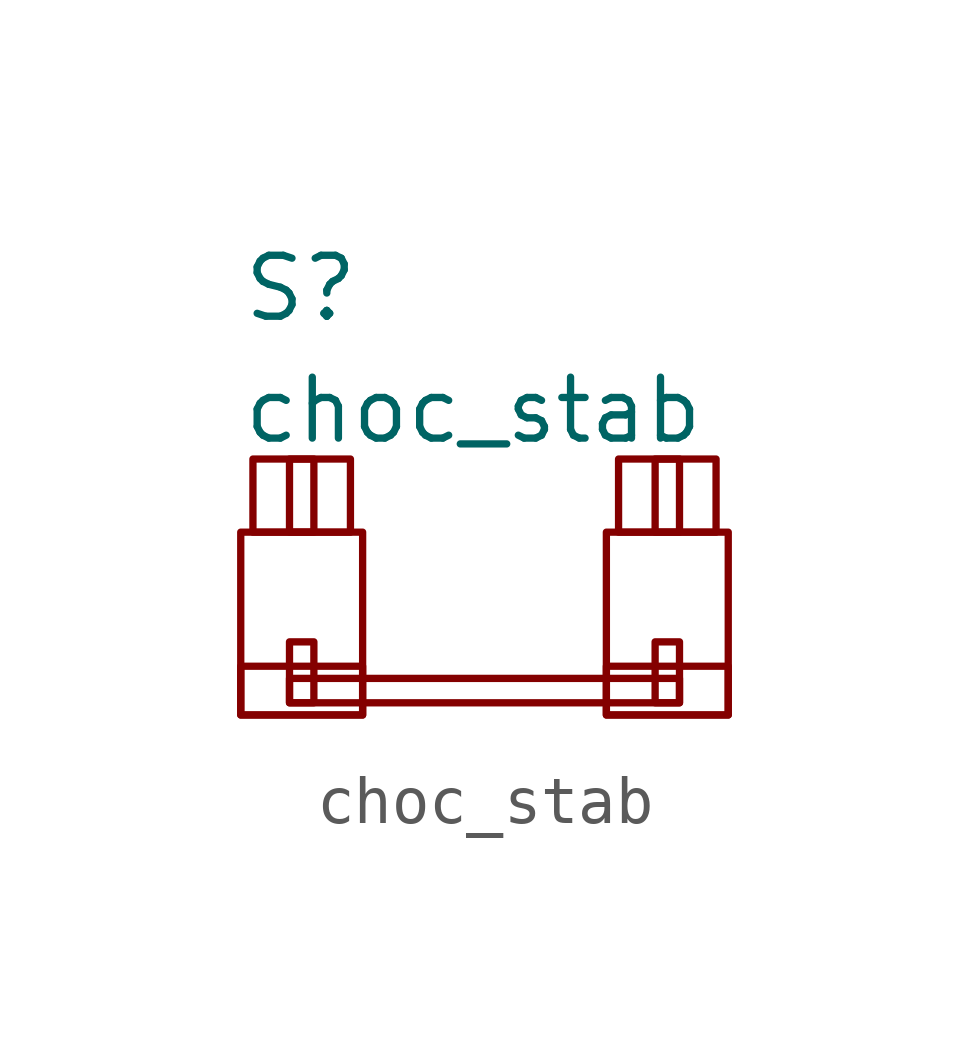
<source format=kicad_sym>
(kicad_symbol_lib
  (version 20211014)
  (generator kicad_symbol_editor)
  (symbol "choc_stab"
    (pin_names
      (offset 1.016))
    (property "Reference" "S"
      (at -5.08 6.35 0)
      (effects (font (size 1.27 1.27)) (justify left)))
    (property "Value" "choc_stab"
      (at -5.08 3.81 0)
      (effects (font (size 1.27 1.27)) (justify left)))
    (symbol "choc_stab_0_1"
      (rectangle (start -5.08 -1.524) (end -2.54 -2.54) (stroke (width 0) (type default) (color 0 0 0 0)) (fill (type none)))
      (rectangle (start -5.08 1.27) (end -2.54 -2.54) (stroke (width 0) (type default) (color 0 0 0 0)) (fill (type none)))
      (rectangle (start -4.826 2.794) (end -2.794 1.27) (stroke (width 0) (type default) (color 0 0 0 0)) (fill (type none)))
      (rectangle (start -4.064 -2.286) (end -3.556 -1.016) (stroke (width 0) (type default) (color 0 0 0 0)) (fill (type none)))
      (rectangle (start -4.064 -1.778) (end 4.064 -2.286) (stroke (width 0) (type default) (color 0 0 0 0)) (fill (type none)))
      (rectangle (start -4.064 1.27) (end -3.556 2.794) (stroke (width 0) (type default) (color 0 0 0 0)) (fill (type none)))
      (rectangle (start 2.54 -1.524) (end 5.08 -2.54) (stroke (width 0) (type default) (color 0 0 0 0)) (fill (type none)))
      (rectangle (start 2.54 1.27) (end 5.08 -2.54) (stroke (width 0) (type default) (color 0 0 0 0)) (fill (type none)))
      (rectangle (start 2.794 2.794) (end 4.826 1.27) (stroke (width 0) (type default) (color 0 0 0 0)) (fill (type none)))
      (rectangle (start 3.556 1.27) (end 4.064 2.794) (stroke (width 0) (type default) (color 0 0 0 0)) (fill (type none)))
      (rectangle (start 4.064 -2.286) (end 3.556 -1.016) (stroke (width 0) (type default) (color 0 0 0 0)) (fill (type none))))))
</source>
